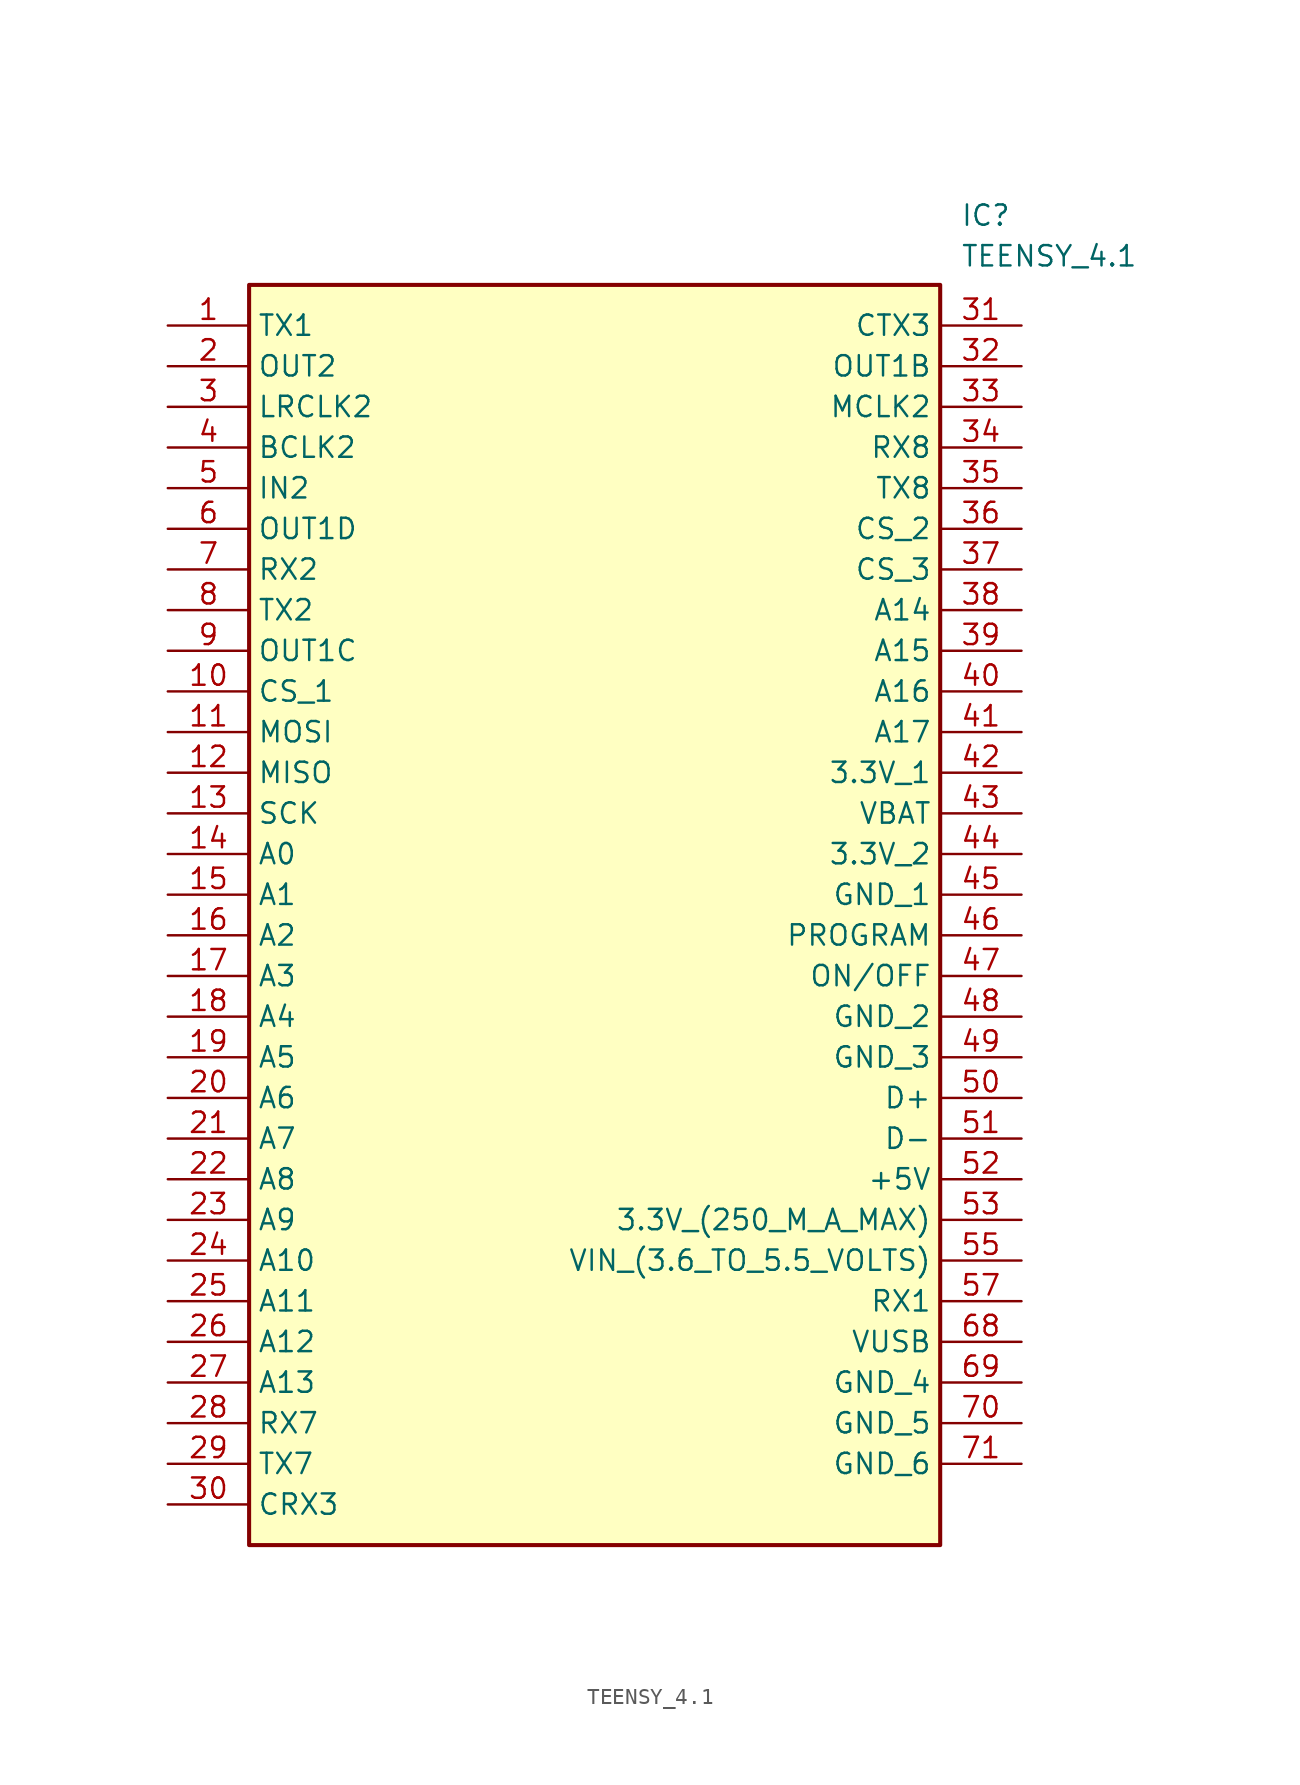
<source format=kicad_sym>
(kicad_symbol_lib
  (version 20211014)
  (generator SamacSys_ECAD_Model)
  (symbol "TEENSY_4.1"
    (property "Reference" "IC"
      (at 49.53 7.62 0)
      (effects (font (size 1.27 1.27)) (justify left top)))
    (property "Value" "TEENSY_4.1"
      (at 49.53 5.08 0)
      (effects (font (size 1.27 1.27)) (justify left top)))
    (rectangle
      (start 5.08 2.54)
      (end 48.26 -76.2)
      (stroke (width 0.254) (type default))
      (fill (type background)))
    (pin passive line
      (at 0 0 0)
      (length 5.08)
      (name "TX1" (effects (font (size 1.27 1.27))))
      (number "1" (effects (font (size 1.27 1.27)))))
    (pin passive line
      (at 0 -2.54 0)
      (length 5.08)
      (name "OUT2" (effects (font (size 1.27 1.27))))
      (number "2" (effects (font (size 1.27 1.27)))))
    (pin passive line
      (at 0 -5.08 0)
      (length 5.08)
      (name "LRCLK2" (effects (font (size 1.27 1.27))))
      (number "3" (effects (font (size 1.27 1.27)))))
    (pin passive line
      (at 0 -7.62 0)
      (length 5.08)
      (name "BCLK2" (effects (font (size 1.27 1.27))))
      (number "4" (effects (font (size 1.27 1.27)))))
    (pin passive line
      (at 0 -10.16 0)
      (length 5.08)
      (name "IN2" (effects (font (size 1.27 1.27))))
      (number "5" (effects (font (size 1.27 1.27)))))
    (pin passive line
      (at 0 -12.7 0)
      (length 5.08)
      (name "OUT1D" (effects (font (size 1.27 1.27))))
      (number "6" (effects (font (size 1.27 1.27)))))
    (pin passive line
      (at 0 -15.24 0)
      (length 5.08)
      (name "RX2" (effects (font (size 1.27 1.27))))
      (number "7" (effects (font (size 1.27 1.27)))))
    (pin passive line
      (at 0 -17.78 0)
      (length 5.08)
      (name "TX2" (effects (font (size 1.27 1.27))))
      (number "8" (effects (font (size 1.27 1.27)))))
    (pin passive line
      (at 0 -20.32 0)
      (length 5.08)
      (name "OUT1C" (effects (font (size 1.27 1.27))))
      (number "9" (effects (font (size 1.27 1.27)))))
    (pin passive line
      (at 0 -22.86 0)
      (length 5.08)
      (name "CS_1" (effects (font (size 1.27 1.27))))
      (number "10" (effects (font (size 1.27 1.27)))))
    (pin passive line
      (at 0 -25.4 0)
      (length 5.08)
      (name "MOSI" (effects (font (size 1.27 1.27))))
      (number "11" (effects (font (size 1.27 1.27)))))
    (pin passive line
      (at 0 -27.94 0)
      (length 5.08)
      (name "MISO" (effects (font (size 1.27 1.27))))
      (number "12" (effects (font (size 1.27 1.27)))))
    (pin passive line
      (at 0 -30.48 0)
      (length 5.08)
      (name "SCK" (effects (font (size 1.27 1.27))))
      (number "13" (effects (font (size 1.27 1.27)))))
    (pin passive line
      (at 0 -33.02 0)
      (length 5.08)
      (name "A0" (effects (font (size 1.27 1.27))))
      (number "14" (effects (font (size 1.27 1.27)))))
    (pin passive line
      (at 0 -35.56 0)
      (length 5.08)
      (name "A1" (effects (font (size 1.27 1.27))))
      (number "15" (effects (font (size 1.27 1.27)))))
    (pin passive line
      (at 0 -38.1 0)
      (length 5.08)
      (name "A2" (effects (font (size 1.27 1.27))))
      (number "16" (effects (font (size 1.27 1.27)))))
    (pin passive line
      (at 0 -40.64 0)
      (length 5.08)
      (name "A3" (effects (font (size 1.27 1.27))))
      (number "17" (effects (font (size 1.27 1.27)))))
    (pin passive line
      (at 0 -43.18 0)
      (length 5.08)
      (name "A4" (effects (font (size 1.27 1.27))))
      (number "18" (effects (font (size 1.27 1.27)))))
    (pin passive line
      (at 0 -45.72 0)
      (length 5.08)
      (name "A5" (effects (font (size 1.27 1.27))))
      (number "19" (effects (font (size 1.27 1.27)))))
    (pin passive line
      (at 0 -48.26 0)
      (length 5.08)
      (name "A6" (effects (font (size 1.27 1.27))))
      (number "20" (effects (font (size 1.27 1.27)))))
    (pin passive line
      (at 0 -50.8 0)
      (length 5.08)
      (name "A7" (effects (font (size 1.27 1.27))))
      (number "21" (effects (font (size 1.27 1.27)))))
    (pin passive line
      (at 0 -53.34 0)
      (length 5.08)
      (name "A8" (effects (font (size 1.27 1.27))))
      (number "22" (effects (font (size 1.27 1.27)))))
    (pin passive line
      (at 0 -55.88 0)
      (length 5.08)
      (name "A9" (effects (font (size 1.27 1.27))))
      (number "23" (effects (font (size 1.27 1.27)))))
    (pin passive line
      (at 0 -58.42 0)
      (length 5.08)
      (name "A10" (effects (font (size 1.27 1.27))))
      (number "24" (effects (font (size 1.27 1.27)))))
    (pin passive line
      (at 0 -60.96 0)
      (length 5.08)
      (name "A11" (effects (font (size 1.27 1.27))))
      (number "25" (effects (font (size 1.27 1.27)))))
    (pin passive line
      (at 0 -63.5 0)
      (length 5.08)
      (name "A12" (effects (font (size 1.27 1.27))))
      (number "26" (effects (font (size 1.27 1.27)))))
    (pin passive line
      (at 0 -66.04 0)
      (length 5.08)
      (name "A13" (effects (font (size 1.27 1.27))))
      (number "27" (effects (font (size 1.27 1.27)))))
    (pin passive line
      (at 0 -68.58 0)
      (length 5.08)
      (name "RX7" (effects (font (size 1.27 1.27))))
      (number "28" (effects (font (size 1.27 1.27)))))
    (pin passive line
      (at 0 -71.12 0)
      (length 5.08)
      (name "TX7" (effects (font (size 1.27 1.27))))
      (number "29" (effects (font (size 1.27 1.27)))))
    (pin passive line
      (at 0 -73.66 0)
      (length 5.08)
      (name "CRX3" (effects (font (size 1.27 1.27))))
      (number "30" (effects (font (size 1.27 1.27)))))
    (pin passive line
      (at 53.34 0 180)
      (length 5.08)
      (name "CTX3" (effects (font (size 1.27 1.27))))
      (number "31" (effects (font (size 1.27 1.27)))))
    (pin passive line
      (at 53.34 -2.54 180)
      (length 5.08)
      (name "OUT1B" (effects (font (size 1.27 1.27))))
      (number "32" (effects (font (size 1.27 1.27)))))
    (pin passive line
      (at 53.34 -5.08 180)
      (length 5.08)
      (name "MCLK2" (effects (font (size 1.27 1.27))))
      (number "33" (effects (font (size 1.27 1.27)))))
    (pin passive line
      (at 53.34 -7.62 180)
      (length 5.08)
      (name "RX8" (effects (font (size 1.27 1.27))))
      (number "34" (effects (font (size 1.27 1.27)))))
    (pin passive line
      (at 53.34 -10.16 180)
      (length 5.08)
      (name "TX8" (effects (font (size 1.27 1.27))))
      (number "35" (effects (font (size 1.27 1.27)))))
    (pin passive line
      (at 53.34 -12.7 180)
      (length 5.08)
      (name "CS_2" (effects (font (size 1.27 1.27))))
      (number "36" (effects (font (size 1.27 1.27)))))
    (pin passive line
      (at 53.34 -15.24 180)
      (length 5.08)
      (name "CS_3" (effects (font (size 1.27 1.27))))
      (number "37" (effects (font (size 1.27 1.27)))))
    (pin passive line
      (at 53.34 -17.78 180)
      (length 5.08)
      (name "A14" (effects (font (size 1.27 1.27))))
      (number "38" (effects (font (size 1.27 1.27)))))
    (pin passive line
      (at 53.34 -20.32 180)
      (length 5.08)
      (name "A15" (effects (font (size 1.27 1.27))))
      (number "39" (effects (font (size 1.27 1.27)))))
    (pin passive line
      (at 53.34 -22.86 180)
      (length 5.08)
      (name "A16" (effects (font (size 1.27 1.27))))
      (number "40" (effects (font (size 1.27 1.27)))))
    (pin passive line
      (at 53.34 -25.4 180)
      (length 5.08)
      (name "A17" (effects (font (size 1.27 1.27))))
      (number "41" (effects (font (size 1.27 1.27)))))
    (pin passive line
      (at 53.34 -27.94 180)
      (length 5.08)
      (name "3.3V_1" (effects (font (size 1.27 1.27))))
      (number "42" (effects (font (size 1.27 1.27)))))
    (pin passive line
      (at 53.34 -30.48 180)
      (length 5.08)
      (name "VBAT" (effects (font (size 1.27 1.27))))
      (number "43" (effects (font (size 1.27 1.27)))))
    (pin passive line
      (at 53.34 -33.02 180)
      (length 5.08)
      (name "3.3V_2" (effects (font (size 1.27 1.27))))
      (number "44" (effects (font (size 1.27 1.27)))))
    (pin passive line
      (at 53.34 -35.56 180)
      (length 5.08)
      (name "GND_1" (effects (font (size 1.27 1.27))))
      (number "45" (effects (font (size 1.27 1.27)))))
    (pin passive line
      (at 53.34 -38.1 180)
      (length 5.08)
      (name "PROGRAM" (effects (font (size 1.27 1.27))))
      (number "46" (effects (font (size 1.27 1.27)))))
    (pin passive line
      (at 53.34 -40.64 180)
      (length 5.08)
      (name "ON/OFF" (effects (font (size 1.27 1.27))))
      (number "47" (effects (font (size 1.27 1.27)))))
    (pin passive line
      (at 53.34 -43.18 180)
      (length 5.08)
      (name "GND_2" (effects (font (size 1.27 1.27))))
      (number "48" (effects (font (size 1.27 1.27)))))
    (pin passive line
      (at 53.34 -45.72 180)
      (length 5.08)
      (name "GND_3" (effects (font (size 1.27 1.27))))
      (number "49" (effects (font (size 1.27 1.27)))))
    (pin passive line
      (at 53.34 -48.26 180)
      (length 5.08)
      (name "D+" (effects (font (size 1.27 1.27))))
      (number "50" (effects (font (size 1.27 1.27)))))
    (pin passive line
      (at 53.34 -50.8 180)
      (length 5.08)
      (name "D-" (effects (font (size 1.27 1.27))))
      (number "51" (effects (font (size 1.27 1.27)))))
    (pin passive line
      (at 53.34 -53.34 180)
      (length 5.08)
      (name "+5V" (effects (font (size 1.27 1.27))))
      (number "52" (effects (font (size 1.27 1.27)))))
    (pin passive line
      (at 53.34 -55.88 180)
      (length 5.08)
      (name "3.3V_(250_M_A_MAX)" (effects (font (size 1.27 1.27))))
      (number "53" (effects (font (size 1.27 1.27)))))
    (pin passive line
      (at 53.34 -58.42 180)
      (length 5.08)
      (name "VIN_(3.6_TO_5.5_VOLTS)" (effects (font (size 1.27 1.27))))
      (number "55" (effects (font (size 1.27 1.27)))))
    (pin passive line
      (at 53.34 -60.96 180)
      (length 5.08)
      (name "RX1" (effects (font (size 1.27 1.27))))
      (number "57" (effects (font (size 1.27 1.27)))))
    (pin passive line
      (at 53.34 -63.5 180)
      (length 5.08)
      (name "VUSB" (effects (font (size 1.27 1.27))))
      (number "68" (effects (font (size 1.27 1.27)))))
    (pin passive line
      (at 53.34 -66.04 180)
      (length 5.08)
      (name "GND_4" (effects (font (size 1.27 1.27))))
      (number "69" (effects (font (size 1.27 1.27)))))
    (pin passive line
      (at 53.34 -68.58 180)
      (length 5.08)
      (name "GND_5" (effects (font (size 1.27 1.27))))
      (number "70" (effects (font (size 1.27 1.27)))))
    (pin passive line
      (at 53.34 -71.12 180)
      (length 5.08)
      (name "GND_6" (effects (font (size 1.27 1.27))))
      (number "71" (effects (font (size 1.27 1.27)))))))
</source>
